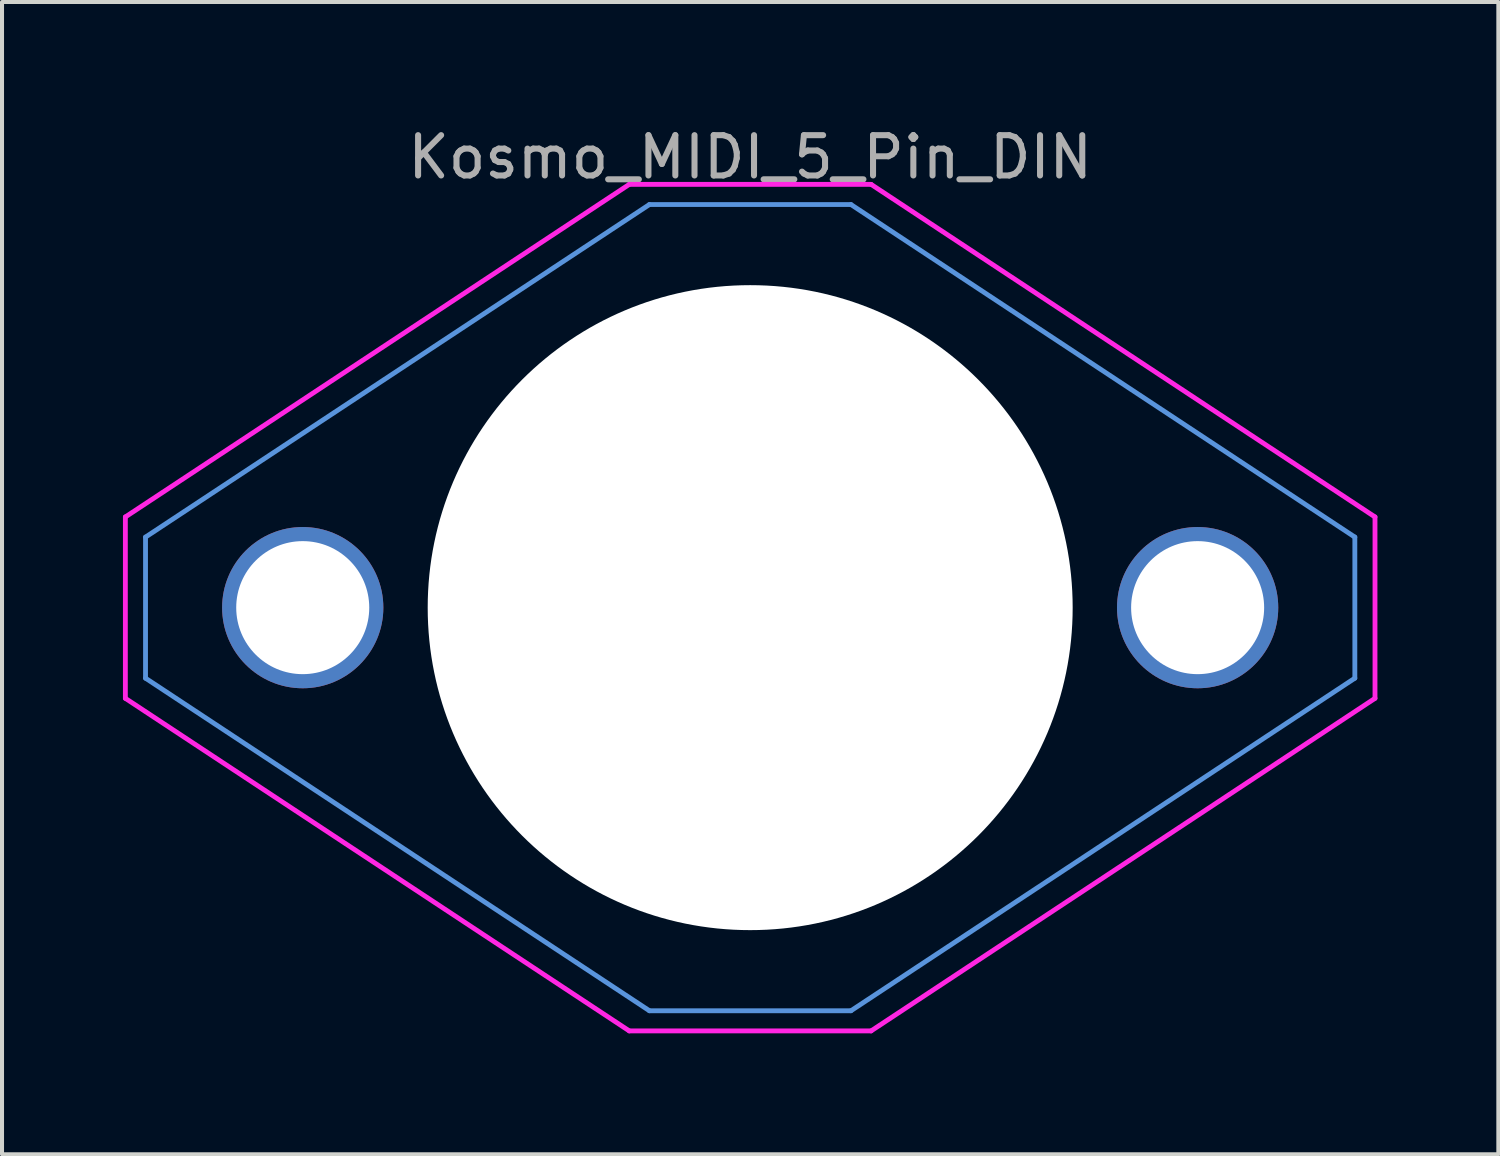
<source format=kicad_pcb>
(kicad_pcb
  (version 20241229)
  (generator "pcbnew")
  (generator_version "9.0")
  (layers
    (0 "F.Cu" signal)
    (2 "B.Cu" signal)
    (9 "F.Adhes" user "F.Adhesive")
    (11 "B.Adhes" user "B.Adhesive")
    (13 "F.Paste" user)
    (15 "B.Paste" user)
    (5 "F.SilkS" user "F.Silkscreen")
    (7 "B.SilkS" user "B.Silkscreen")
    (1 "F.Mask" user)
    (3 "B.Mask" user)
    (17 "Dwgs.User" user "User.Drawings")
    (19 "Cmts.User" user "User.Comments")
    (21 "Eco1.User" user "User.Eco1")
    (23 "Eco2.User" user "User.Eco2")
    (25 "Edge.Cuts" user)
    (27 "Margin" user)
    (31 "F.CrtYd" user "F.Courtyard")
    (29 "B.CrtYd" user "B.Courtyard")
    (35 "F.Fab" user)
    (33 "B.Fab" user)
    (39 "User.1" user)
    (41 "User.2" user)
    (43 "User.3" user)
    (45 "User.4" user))
  (footprint "Kosmo_MIDI_5_Pin_DIN"
    (layer "F.Cu")
    (at 15.56 12.024)
    (property "Reference" "Kosmo_MIDI_5_Pin_DIN" (at 0 -11.176 0) (layer "F.Fab") (effects (font (size 1 1) (thickness 0.15))))
    (attr through_hole)
    (fp_line (start -15 -1.75) (end -2.5 -10) (stroke (width 0.12) (type solid)) (layer "Cmts.User"))
    (fp_line (start -15 1.75) (end -15 -1.75) (stroke (width 0.12) (type solid)) (layer "Cmts.User"))
    (fp_line (start -2.5 -10) (end 2.5 -10) (stroke (width 0.12) (type solid)) (layer "Cmts.User"))
    (fp_line (start -2.5 10) (end -15 1.75) (stroke (width 0.12) (type solid)) (layer "Cmts.User"))
    (fp_line (start 2.5 -10) (end 15 -1.75) (stroke (width 0.12) (type solid)) (layer "Cmts.User"))
    (fp_line (start 2.5 10) (end -2.5 10) (stroke (width 0.12) (type solid)) (layer "Cmts.User"))
    (fp_line (start 15 -1.75) (end 15 1.75) (stroke (width 0.12) (type solid)) (layer "Cmts.User"))
    (fp_line (start 15 1.75) (end 2.5 10) (stroke (width 0.12) (type solid)) (layer "Cmts.User"))
    (fp_line (start -15.5 -2.25) (end -3 -10.5) (stroke (width 0.12) (type solid)) (layer "F.CrtYd"))
    (fp_line (start -15.5 2.25) (end -15.5 -2.25) (stroke (width 0.12) (type solid)) (layer "F.CrtYd"))
    (fp_line (start -3 -10.5) (end 3 -10.5) (stroke (width 0.12) (type solid)) (layer "F.CrtYd"))
    (fp_line (start -3 10.5) (end -15.5 2.25) (stroke (width 0.12) (type solid)) (layer "F.CrtYd"))
    (fp_line (start 3 -10.5) (end 15.5 -2.25) (stroke (width 0.12) (type solid)) (layer "F.CrtYd"))
    (fp_line (start 3 10.5) (end -3 10.5) (stroke (width 0.12) (type solid)) (layer "F.CrtYd"))
    (fp_line (start 15.5 -2.25) (end 15.5 2.25) (stroke (width 0.12) (type solid)) (layer "F.CrtYd"))
    (fp_line (start 15.5 2.25) (end 3 10.5) (stroke (width 0.12) (type solid)) (layer "F.CrtYd"))
    (pad "" np_thru_hole circle (at 0 0) (size 16 16) (drill 16) (layers "*.Cu" "*.Mask"))
    (pad "2" thru_hole circle (at -11.1 0) (size 4 4) (drill 3.3) (layers "*.Cu" "*.Mask"))
    (pad "3" thru_hole circle (at 11.1 0) (size 4 4) (drill 3.3) (layers "*.Cu" "*.Mask")))
  (gr_rect
    (start -3 -3)
    (end 34.12 25.584)
    (stroke (width 0.1) (type default))
    (fill no)
    (layer "Edge.Cuts")))
</source>
